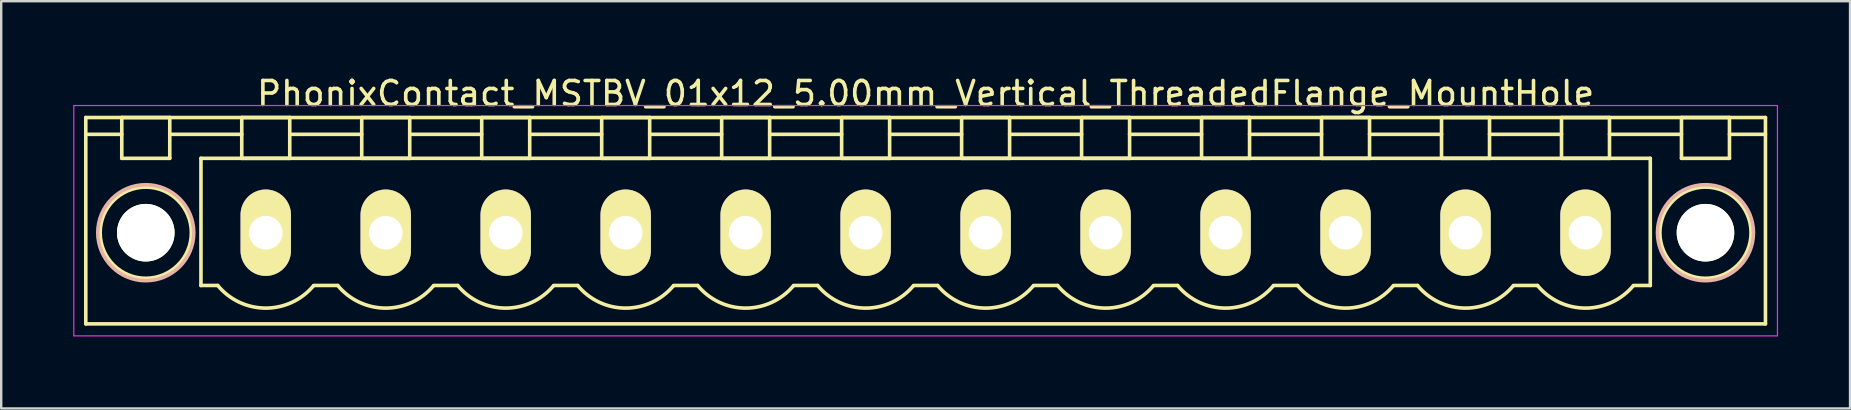
<source format=kicad_pcb>
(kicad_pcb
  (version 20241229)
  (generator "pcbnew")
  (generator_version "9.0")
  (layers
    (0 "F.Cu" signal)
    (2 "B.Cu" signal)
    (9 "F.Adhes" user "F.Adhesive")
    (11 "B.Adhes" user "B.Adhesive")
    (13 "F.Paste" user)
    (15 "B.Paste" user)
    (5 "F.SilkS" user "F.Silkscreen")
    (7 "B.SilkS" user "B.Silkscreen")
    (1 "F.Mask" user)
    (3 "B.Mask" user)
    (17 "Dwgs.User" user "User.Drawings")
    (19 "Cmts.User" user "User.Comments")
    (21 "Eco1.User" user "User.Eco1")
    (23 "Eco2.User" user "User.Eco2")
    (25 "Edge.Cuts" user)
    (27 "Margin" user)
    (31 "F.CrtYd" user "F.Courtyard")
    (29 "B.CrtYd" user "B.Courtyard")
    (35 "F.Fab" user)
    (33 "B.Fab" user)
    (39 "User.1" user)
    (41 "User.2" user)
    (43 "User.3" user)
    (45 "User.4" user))
  (footprint "PhonixContact_MSTBV_01x12_5.00mm_Vertical_ThreadedFlange_MountHole"
    (layer "F.Cu")
    (at 8.025 6.648)
    (property "Reference" "PhonixContact_MSTBV_01x12_5.00mm_Vertical_ThreadedFlange_MountHole" (at 27.5 -5.8 0) (layer "F.SilkS") (effects (font (size 1 1) (thickness 0.15))))
    (attr through_hole)
    (fp_line (start -7.5 -4.8) (end -7.5 3.8) (stroke (width 0.15) (type solid)) (layer "F.SilkS"))
    (fp_line (start -7.5 -4.1) (end -6 -4.1) (stroke (width 0.15) (type solid)) (layer "F.SilkS"))
    (fp_line (start -7.5 3.8) (end 62.5 3.8) (stroke (width 0.15) (type solid)) (layer "F.SilkS"))
    (fp_line (start -6 -4.8) (end -4 -4.8) (stroke (width 0.15) (type solid)) (layer "F.SilkS"))
    (fp_line (start -6 -3.1) (end -6 -4.8) (stroke (width 0.15) (type solid)) (layer "F.SilkS"))
    (fp_line (start -4 -4.8) (end -4 -3.1) (stroke (width 0.15) (type solid)) (layer "F.SilkS"))
    (fp_line (start -4 -4.1) (end -1 -4.1) (stroke (width 0.15) (type solid)) (layer "F.SilkS"))
    (fp_line (start -4 -3.1) (end -6 -3.1) (stroke (width 0.15) (type solid)) (layer "F.SilkS"))
    (fp_line (start -2.7 -3.1) (end 57.7 -3.1) (stroke (width 0.15) (type solid)) (layer "F.SilkS"))
    (fp_line (start -2.7 2.2) (end -2.7 -3.1) (stroke (width 0.15) (type solid)) (layer "F.SilkS"))
    (fp_line (start -2 2.2) (end -2.7 2.2) (stroke (width 0.15) (type solid)) (layer "F.SilkS"))
    (fp_line (start -1 -4.8) (end 1 -4.8) (stroke (width 0.15) (type solid)) (layer "F.SilkS"))
    (fp_line (start -1 -3.1) (end -1 -4.8) (stroke (width 0.15) (type solid)) (layer "F.SilkS"))
    (fp_line (start 1 -4.8) (end 1 -3.1) (stroke (width 0.15) (type solid)) (layer "F.SilkS"))
    (fp_line (start 1 -4.1) (end 4 -4.1) (stroke (width 0.15) (type solid)) (layer "F.SilkS"))
    (fp_line (start 1 -3.1) (end -1 -3.1) (stroke (width 0.15) (type solid)) (layer "F.SilkS"))
    (fp_line (start 2 2.2) (end 3 2.2) (stroke (width 0.15) (type solid)) (layer "F.SilkS"))
    (fp_line (start 4 -4.8) (end 6 -4.8) (stroke (width 0.15) (type solid)) (layer "F.SilkS"))
    (fp_line (start 4 -3.1) (end 4 -4.8) (stroke (width 0.15) (type solid)) (layer "F.SilkS"))
    (fp_line (start 6 -4.8) (end 6 -3.1) (stroke (width 0.15) (type solid)) (layer "F.SilkS"))
    (fp_line (start 6 -4.1) (end 9 -4.1) (stroke (width 0.15) (type solid)) (layer "F.SilkS"))
    (fp_line (start 6 -3.1) (end 4 -3.1) (stroke (width 0.15) (type solid)) (layer "F.SilkS"))
    (fp_line (start 7 2.2) (end 8 2.2) (stroke (width 0.15) (type solid)) (layer "F.SilkS"))
    (fp_line (start 9 -4.8) (end 11 -4.8) (stroke (width 0.15) (type solid)) (layer "F.SilkS"))
    (fp_line (start 9 -3.1) (end 9 -4.8) (stroke (width 0.15) (type solid)) (layer "F.SilkS"))
    (fp_line (start 11 -4.8) (end 11 -3.1) (stroke (width 0.15) (type solid)) (layer "F.SilkS"))
    (fp_line (start 11 -4.1) (end 14 -4.1) (stroke (width 0.15) (type solid)) (layer "F.SilkS"))
    (fp_line (start 11 -3.1) (end 9 -3.1) (stroke (width 0.15) (type solid)) (layer "F.SilkS"))
    (fp_line (start 12 2.2) (end 13 2.2) (stroke (width 0.15) (type solid)) (layer "F.SilkS"))
    (fp_line (start 14 -4.8) (end 16 -4.8) (stroke (width 0.15) (type solid)) (layer "F.SilkS"))
    (fp_line (start 14 -3.1) (end 14 -4.8) (stroke (width 0.15) (type solid)) (layer "F.SilkS"))
    (fp_line (start 16 -4.8) (end 16 -3.1) (stroke (width 0.15) (type solid)) (layer "F.SilkS"))
    (fp_line (start 16 -4.1) (end 19 -4.1) (stroke (width 0.15) (type solid)) (layer "F.SilkS"))
    (fp_line (start 16 -3.1) (end 14 -3.1) (stroke (width 0.15) (type solid)) (layer "F.SilkS"))
    (fp_line (start 17 2.2) (end 18 2.2) (stroke (width 0.15) (type solid)) (layer "F.SilkS"))
    (fp_line (start 19 -4.8) (end 21 -4.8) (stroke (width 0.15) (type solid)) (layer "F.SilkS"))
    (fp_line (start 19 -3.1) (end 19 -4.8) (stroke (width 0.15) (type solid)) (layer "F.SilkS"))
    (fp_line (start 21 -4.8) (end 21 -3.1) (stroke (width 0.15) (type solid)) (layer "F.SilkS"))
    (fp_line (start 21 -4.1) (end 24 -4.1) (stroke (width 0.15) (type solid)) (layer "F.SilkS"))
    (fp_line (start 21 -3.1) (end 19 -3.1) (stroke (width 0.15) (type solid)) (layer "F.SilkS"))
    (fp_line (start 22 2.2) (end 23 2.2) (stroke (width 0.15) (type solid)) (layer "F.SilkS"))
    (fp_line (start 24 -4.8) (end 26 -4.8) (stroke (width 0.15) (type solid)) (layer "F.SilkS"))
    (fp_line (start 24 -3.1) (end 24 -4.8) (stroke (width 0.15) (type solid)) (layer "F.SilkS"))
    (fp_line (start 26 -4.8) (end 26 -3.1) (stroke (width 0.15) (type solid)) (layer "F.SilkS"))
    (fp_line (start 26 -4.1) (end 29 -4.1) (stroke (width 0.15) (type solid)) (layer "F.SilkS"))
    (fp_line (start 26 -3.1) (end 24 -3.1) (stroke (width 0.15) (type solid)) (layer "F.SilkS"))
    (fp_line (start 27 2.2) (end 28 2.2) (stroke (width 0.15) (type solid)) (layer "F.SilkS"))
    (fp_line (start 29 -4.8) (end 31 -4.8) (stroke (width 0.15) (type solid)) (layer "F.SilkS"))
    (fp_line (start 29 -3.1) (end 29 -4.8) (stroke (width 0.15) (type solid)) (layer "F.SilkS"))
    (fp_line (start 31 -4.8) (end 31 -3.1) (stroke (width 0.15) (type solid)) (layer "F.SilkS"))
    (fp_line (start 31 -4.1) (end 34 -4.1) (stroke (width 0.15) (type solid)) (layer "F.SilkS"))
    (fp_line (start 31 -3.1) (end 29 -3.1) (stroke (width 0.15) (type solid)) (layer "F.SilkS"))
    (fp_line (start 32 2.2) (end 33 2.2) (stroke (width 0.15) (type solid)) (layer "F.SilkS"))
    (fp_line (start 34 -4.8) (end 36 -4.8) (stroke (width 0.15) (type solid)) (layer "F.SilkS"))
    (fp_line (start 34 -3.1) (end 34 -4.8) (stroke (width 0.15) (type solid)) (layer "F.SilkS"))
    (fp_line (start 36 -4.8) (end 36 -3.1) (stroke (width 0.15) (type solid)) (layer "F.SilkS"))
    (fp_line (start 36 -4.1) (end 39 -4.1) (stroke (width 0.15) (type solid)) (layer "F.SilkS"))
    (fp_line (start 36 -3.1) (end 34 -3.1) (stroke (width 0.15) (type solid)) (layer "F.SilkS"))
    (fp_line (start 37 2.2) (end 38 2.2) (stroke (width 0.15) (type solid)) (layer "F.SilkS"))
    (fp_line (start 39 -4.8) (end 41 -4.8) (stroke (width 0.15) (type solid)) (layer "F.SilkS"))
    (fp_line (start 39 -3.1) (end 39 -4.8) (stroke (width 0.15) (type solid)) (layer "F.SilkS"))
    (fp_line (start 41 -4.8) (end 41 -3.1) (stroke (width 0.15) (type solid)) (layer "F.SilkS"))
    (fp_line (start 41 -4.1) (end 44 -4.1) (stroke (width 0.15) (type solid)) (layer "F.SilkS"))
    (fp_line (start 41 -3.1) (end 39 -3.1) (stroke (width 0.15) (type solid)) (layer "F.SilkS"))
    (fp_line (start 42 2.2) (end 43 2.2) (stroke (width 0.15) (type solid)) (layer "F.SilkS"))
    (fp_line (start 44 -4.8) (end 46 -4.8) (stroke (width 0.15) (type solid)) (layer "F.SilkS"))
    (fp_line (start 44 -3.1) (end 44 -4.8) (stroke (width 0.15) (type solid)) (layer "F.SilkS"))
    (fp_line (start 46 -4.8) (end 46 -3.1) (stroke (width 0.15) (type solid)) (layer "F.SilkS"))
    (fp_line (start 46 -4.1) (end 49 -4.1) (stroke (width 0.15) (type solid)) (layer "F.SilkS"))
    (fp_line (start 46 -3.1) (end 44 -3.1) (stroke (width 0.15) (type solid)) (layer "F.SilkS"))
    (fp_line (start 47 2.2) (end 48 2.2) (stroke (width 0.15) (type solid)) (layer "F.SilkS"))
    (fp_line (start 49 -4.8) (end 51 -4.8) (stroke (width 0.15) (type solid)) (layer "F.SilkS"))
    (fp_line (start 49 -3.1) (end 49 -4.8) (stroke (width 0.15) (type solid)) (layer "F.SilkS"))
    (fp_line (start 51 -4.8) (end 51 -3.1) (stroke (width 0.15) (type solid)) (layer "F.SilkS"))
    (fp_line (start 51 -4.1) (end 54 -4.1) (stroke (width 0.15) (type solid)) (layer "F.SilkS"))
    (fp_line (start 51 -3.1) (end 49 -3.1) (stroke (width 0.15) (type solid)) (layer "F.SilkS"))
    (fp_line (start 52 2.2) (end 53 2.2) (stroke (width 0.15) (type solid)) (layer "F.SilkS"))
    (fp_line (start 54 -4.8) (end 56 -4.8) (stroke (width 0.15) (type solid)) (layer "F.SilkS"))
    (fp_line (start 54 -3.1) (end 54 -4.8) (stroke (width 0.15) (type solid)) (layer "F.SilkS"))
    (fp_line (start 56 -4.8) (end 56 -3.1) (stroke (width 0.15) (type solid)) (layer "F.SilkS"))
    (fp_line (start 56 -4.1) (end 59 -4.1) (stroke (width 0.15) (type solid)) (layer "F.SilkS"))
    (fp_line (start 56 -3.1) (end 54 -3.1) (stroke (width 0.15) (type solid)) (layer "F.SilkS"))
    (fp_line (start 57.7 -3.1) (end 57.7 2.2) (stroke (width 0.15) (type solid)) (layer "F.SilkS"))
    (fp_line (start 57.7 2.2) (end 57 2.2) (stroke (width 0.15) (type solid)) (layer "F.SilkS"))
    (fp_line (start 59 -4.8) (end 61 -4.8) (stroke (width 0.15) (type solid)) (layer "F.SilkS"))
    (fp_line (start 59 -3.1) (end 59 -4.8) (stroke (width 0.15) (type solid)) (layer "F.SilkS"))
    (fp_line (start 61 -4.8) (end 61 -3.1) (stroke (width 0.15) (type solid)) (layer "F.SilkS"))
    (fp_line (start 61 -3.1) (end 59 -3.1) (stroke (width 0.15) (type solid)) (layer "F.SilkS"))
    (fp_line (start 62.5 -4.8) (end -7.5 -4.8) (stroke (width 0.15) (type solid)) (layer "F.SilkS"))
    (fp_line (start 62.5 -4.1) (end 61 -4.1) (stroke (width 0.15) (type solid)) (layer "F.SilkS"))
    (fp_line (start 62.5 3.8) (end 62.5 -4.8) (stroke (width 0.15) (type solid)) (layer "F.SilkS"))
    (fp_arc (start 1.986842 2.215821) (mid -0.010289 3.142758) (end -2 2.2) (stroke (width 0.15) (type solid)) (layer "F.SilkS"))
    (fp_arc (start 6.986842 2.215821) (mid 4.989711 3.142758) (end 3 2.2) (stroke (width 0.15) (type solid)) (layer "F.SilkS"))
    (fp_arc (start 11.986842 2.215821) (mid 9.989711 3.142758) (end 8 2.2) (stroke (width 0.15) (type solid)) (layer "F.SilkS"))
    (fp_arc (start 16.986842 2.215821) (mid 14.989711 3.142758) (end 13 2.2) (stroke (width 0.15) (type solid)) (layer "F.SilkS"))
    (fp_arc (start 21.986842 2.215821) (mid 19.989711 3.142758) (end 18 2.2) (stroke (width 0.15) (type solid)) (layer "F.SilkS"))
    (fp_arc (start 26.986842 2.215821) (mid 24.989711 3.142758) (end 23 2.2) (stroke (width 0.15) (type solid)) (layer "F.SilkS"))
    (fp_arc (start 31.986842 2.215821) (mid 29.989711 3.142758) (end 28 2.2) (stroke (width 0.15) (type solid)) (layer "F.SilkS"))
    (fp_arc (start 36.986842 2.215821) (mid 34.989711 3.142758) (end 33 2.2) (stroke (width 0.15) (type solid)) (layer "F.SilkS"))
    (fp_arc (start 41.986842 2.215821) (mid 39.989711 3.142758) (end 38 2.2) (stroke (width 0.15) (type solid)) (layer "F.SilkS"))
    (fp_arc (start 46.986842 2.215821) (mid 44.989711 3.142758) (end 43 2.2) (stroke (width 0.15) (type solid)) (layer "F.SilkS"))
    (fp_arc (start 51.986842 2.215821) (mid 49.989711 3.142758) (end 48 2.2) (stroke (width 0.15) (type solid)) (layer "F.SilkS"))
    (fp_arc (start 56.986842 2.215821) (mid 54.989711 3.142758) (end 53 2.2) (stroke (width 0.15) (type solid)) (layer "F.SilkS"))
    (fp_circle (center -5 0) (end -4 0) (stroke (width 0.15) (type solid)) (fill no) (layer "F.SilkS"))
    (fp_circle (center -5 0) (end -3.1 0) (stroke (width 0.15) (type solid)) (fill no) (layer "F.SilkS"))
    (fp_circle (center 60 0) (end 61 0) (stroke (width 0.15) (type solid)) (fill no) (layer "F.SilkS"))
    (fp_circle (center 60 0) (end 61.9 0) (stroke (width 0.15) (type solid)) (fill no) (layer "F.SilkS"))
    (fp_circle (center -5 0) (end -3 0) (stroke (width 0.15) (type solid)) (fill no) (layer "B.SilkS"))
    (fp_circle (center 60 0) (end 62 0) (stroke (width 0.15) (type solid)) (fill no) (layer "B.SilkS"))
    (fp_line (start -8 -5.3) (end -8 4.3) (stroke (width 0.05) (type solid)) (layer "F.CrtYd"))
    (fp_line (start -8 4.3) (end 63 4.3) (stroke (width 0.05) (type solid)) (layer "F.CrtYd"))
    (fp_line (start 63 -5.3) (end -8 -5.3) (stroke (width 0.05) (type solid)) (layer "F.CrtYd"))
    (fp_line (start 63 4.3) (end 63 -5.3) (stroke (width 0.05) (type solid)) (layer "F.CrtYd"))
    (pad "" np_thru_hole circle (at -5 0) (size 2.4 2.4) (drill 2.4) (layers "*.Cu" "*.Mask" "F.SilkS"))
    (pad "" np_thru_hole circle (at 60 0) (size 2.4 2.4) (drill 2.4) (layers "*.Cu" "*.Mask" "F.SilkS"))
    (pad "1" thru_hole oval (at 0 0) (size 2.1 3.6) (drill 1.4) (layers "*.Cu" "*.Mask" "F.SilkS"))
    (pad "2" thru_hole oval (at 5 0) (size 2.1 3.6) (drill 1.4) (layers "*.Cu" "*.Mask" "F.SilkS"))
    (pad "3" thru_hole oval (at 10 0) (size 2.1 3.6) (drill 1.4) (layers "*.Cu" "*.Mask" "F.SilkS"))
    (pad "4" thru_hole oval (at 15 0) (size 2.1 3.6) (drill 1.4) (layers "*.Cu" "*.Mask" "F.SilkS"))
    (pad "5" thru_hole oval (at 20 0) (size 2.1 3.6) (drill 1.4) (layers "*.Cu" "*.Mask" "F.SilkS"))
    (pad "6" thru_hole oval (at 25 0) (size 2.1 3.6) (drill 1.4) (layers "*.Cu" "*.Mask" "F.SilkS"))
    (pad "7" thru_hole oval (at 30 0) (size 2.1 3.6) (drill 1.4) (layers "*.Cu" "*.Mask" "F.SilkS"))
    (pad "8" thru_hole oval (at 35 0) (size 2.1 3.6) (drill 1.4) (layers "*.Cu" "*.Mask" "F.SilkS"))
    (pad "9" thru_hole oval (at 40 0) (size 2.1 3.6) (drill 1.4) (layers "*.Cu" "*.Mask" "F.SilkS"))
    (pad "10" thru_hole oval (at 45 0) (size 2.1 3.6) (drill 1.4) (layers "*.Cu" "*.Mask" "F.SilkS"))
    (pad "11" thru_hole oval (at 50 0) (size 2.1 3.6) (drill 1.4) (layers "*.Cu" "*.Mask" "F.SilkS"))
    (pad "12" thru_hole oval (at 55 0) (size 2.1 3.6) (drill 1.4) (layers "*.Cu" "*.Mask" "F.SilkS")))
  (gr_rect
    (start -3 -3)
    (end 74.05 13.973)
    (stroke (width 0.1) (type default))
    (fill no)
    (layer "Edge.Cuts")))
</source>
